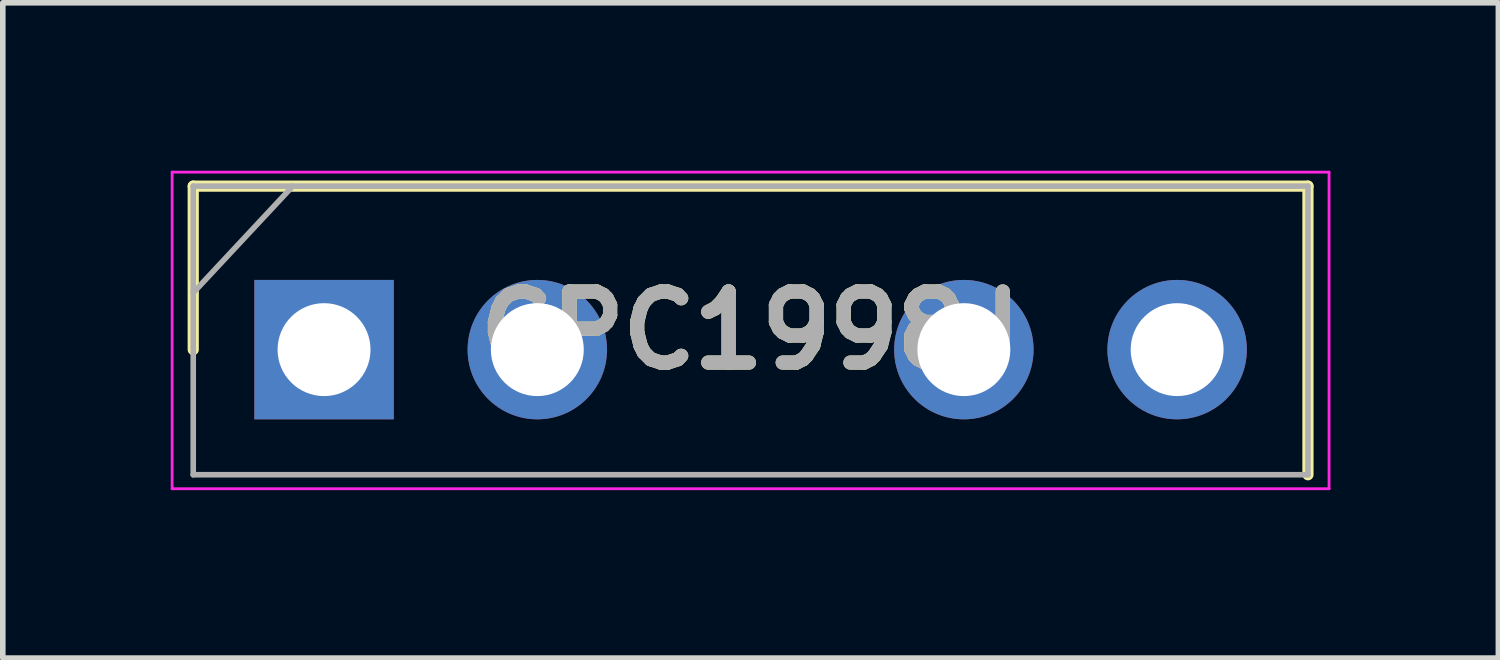
<source format=kicad_pcb>
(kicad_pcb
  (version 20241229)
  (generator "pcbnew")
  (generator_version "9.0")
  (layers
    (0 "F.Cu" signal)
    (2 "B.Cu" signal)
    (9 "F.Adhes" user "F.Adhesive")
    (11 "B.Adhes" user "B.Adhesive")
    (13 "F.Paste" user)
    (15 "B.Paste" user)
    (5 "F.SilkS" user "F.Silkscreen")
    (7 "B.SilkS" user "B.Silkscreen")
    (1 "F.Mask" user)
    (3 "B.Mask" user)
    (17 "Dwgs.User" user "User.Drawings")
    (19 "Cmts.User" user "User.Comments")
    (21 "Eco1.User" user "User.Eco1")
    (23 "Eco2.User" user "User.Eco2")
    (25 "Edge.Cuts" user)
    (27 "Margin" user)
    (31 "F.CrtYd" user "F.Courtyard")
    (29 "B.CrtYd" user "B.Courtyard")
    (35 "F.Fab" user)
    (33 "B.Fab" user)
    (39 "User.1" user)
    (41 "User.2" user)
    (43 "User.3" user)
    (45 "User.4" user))
  (footprint "CPC1998J"
    (layer "F.Cu")
    (at 2.739 3.196)
    (property "Reference" "CPC1998J" (at 7.62 -0.343 0) (layer "F.SilkS") (effects (font (size 1.27 1.27) (thickness 0.254))))
    (attr through_hole)
    (fp_line (start -2.337 -2.921) (end -2.337 0) (stroke (width 0.2) (type solid)) (layer "F.SilkS"))
    (fp_line (start 17.577 -2.921) (end -2.337 -2.921) (stroke (width 0.2) (type solid)) (layer "F.SilkS"))
    (fp_line (start 17.577 2.235) (end 17.577 -2.921) (stroke (width 0.2) (type solid)) (layer "F.SilkS"))
    (fp_line (start -2.714 -3.171) (end 17.954 -3.171) (stroke (width 0.05) (type solid)) (layer "F.CrtYd"))
    (fp_line (start -2.714 2.485) (end -2.714 -3.171) (stroke (width 0.05) (type solid)) (layer "F.CrtYd"))
    (fp_line (start 17.954 -3.171) (end 17.954 2.485) (stroke (width 0.05) (type solid)) (layer "F.CrtYd"))
    (fp_line (start 17.954 2.485) (end -2.714 2.485) (stroke (width 0.05) (type solid)) (layer "F.CrtYd"))
    (fp_line (start -2.337 -2.921) (end 17.577 -2.921) (stroke (width 0.1) (type solid)) (layer "F.Fab"))
    (fp_line (start -2.337 -1.016) (end -0.559 -2.921) (stroke (width 0.1) (type solid)) (layer "F.Fab"))
    (fp_line (start -2.337 2.235) (end -2.337 -2.921) (stroke (width 0.1) (type solid)) (layer "F.Fab"))
    (fp_line (start 17.577 -2.921) (end 17.577 2.235) (stroke (width 0.1) (type solid)) (layer "F.Fab"))
    (fp_line (start 17.577 2.235) (end -2.337 2.235) (stroke (width 0.1) (type solid)) (layer "F.Fab"))
    (fp_text user "${REFERENCE}" (at 7.62 -0.343 0) (layer "F.Fab") (effects (font (size 1.27 1.27) (thickness 0.254))))
    (pad "1" thru_hole rect (at 0 0) (size 2.49 2.49) (drill 1.66) (layers "*.Cu" "*.Mask"))
    (pad "2" thru_hole circle (at 3.81 0) (size 2.49 2.49) (drill 1.66) (layers "*.Cu" "*.Mask"))
    (pad "3" thru_hole circle (at 11.43 0) (size 2.49 2.49) (drill 1.66) (layers "*.Cu" "*.Mask"))
    (pad "4" thru_hole circle (at 15.24 0) (size 2.49 2.49) (drill 1.66) (layers "*.Cu" "*.Mask")))
  (gr_rect
    (start -3 -3)
    (end 23.718 8.706)
    (stroke (width 0.1) (type default))
    (fill no)
    (layer "Edge.Cuts")))
</source>
